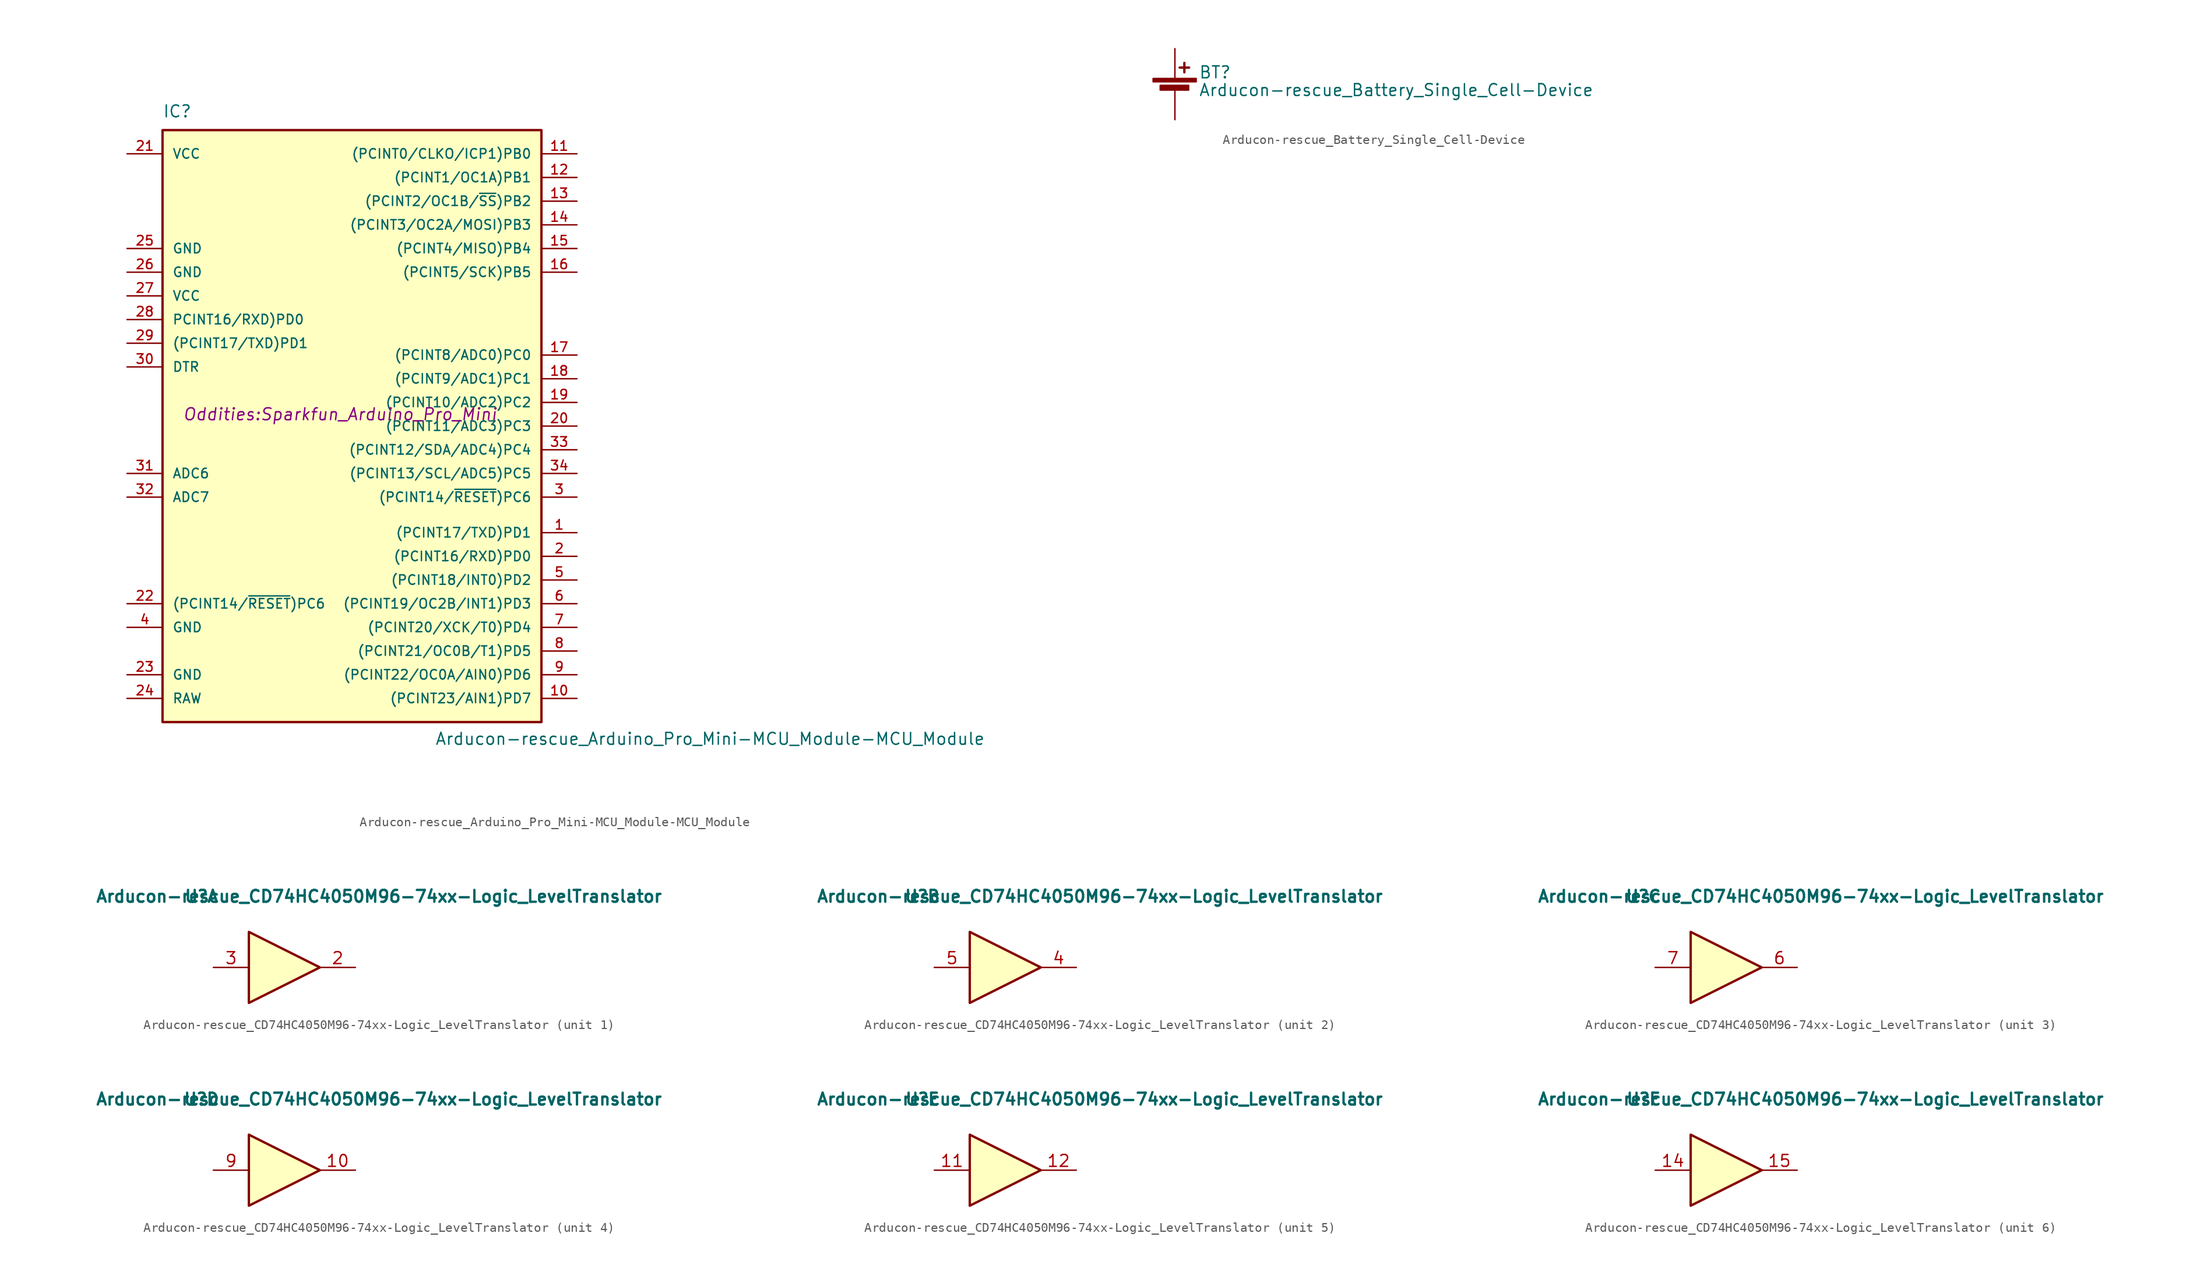
<source format=kicad_sym>
(kicad_symbol_lib
  (version 20211014)
  (generator kicad_symbol_editor)
  (symbol "Arducon-rescue_Arduino_Pro_Mini-MCU_Module-MCU_Module"
    (pin_names
      (offset 1.016))
    (property "Reference" "IC"
      (at -19.05 31.75 0)
      (effects (font (size 1.27 1.27)) (justify left bottom)))
    (property "Value" "Arducon-rescue_Arduino_Pro_Mini-MCU_Module-MCU_Module"
      (at 10.16 -35.56 0)
      (effects (font (size 1.27 1.27)) (justify left bottom)))
    (property "Footprint" "Oddities:Sparkfun_Arduino_Pro_Mini"
      (at 0 0 0)
      (effects (font (size 1.27 1.27) italic)))
    (property "Datasheet" ""
      (at 0 0 0)
      (effects (font (size 1.27 1.27))))
    (symbol "Arducon-rescue_Arduino_Pro_Mini-MCU_Module-MCU_Module_0_1"
      (rectangle (start -19.05 30.48) (end 21.59 -33.02) (stroke (width 0.254) (type default) (color 0 0 0 0)) (fill (type background))))
    (symbol "Arducon-rescue_Arduino_Pro_Mini-MCU_Module-MCU_Module_1_1"
      (pin bidirectional line (at 25.4 -12.7 180) (length 3.81) (name "(PCINT17/TXD)PD1" (effects (font (size 1.016 1.016)))) (number "1" (effects (font (size 1.016 1.016)))))
      (pin bidirectional line (at 25.4 -30.48 180) (length 3.81) (name "(PCINT23/AIN1)PD7" (effects (font (size 1.016 1.016)))) (number "10" (effects (font (size 1.016 1.016)))))
      (pin bidirectional line (at 25.4 27.94 180) (length 3.81) (name "(PCINT0/CLKO/ICP1)PB0" (effects (font (size 1.016 1.016)))) (number "11" (effects (font (size 1.016 1.016)))))
      (pin bidirectional line (at 25.4 25.4 180) (length 3.81) (name "(PCINT1/OC1A)PB1" (effects (font (size 1.016 1.016)))) (number "12" (effects (font (size 1.016 1.016)))))
      (pin bidirectional line (at 25.4 22.86 180) (length 3.81) (name "(PCINT2/OC1B/~{SS})PB2" (effects (font (size 1.016 1.016)))) (number "13" (effects (font (size 1.016 1.016)))))
      (pin bidirectional line (at 25.4 20.32 180) (length 3.81) (name "(PCINT3/OC2A/MOSI)PB3" (effects (font (size 1.016 1.016)))) (number "14" (effects (font (size 1.016 1.016)))))
      (pin bidirectional line (at 25.4 17.78 180) (length 3.81) (name "(PCINT4/MISO)PB4" (effects (font (size 1.016 1.016)))) (number "15" (effects (font (size 1.016 1.016)))))
      (pin bidirectional line (at 25.4 15.24 180) (length 3.81) (name "(PCINT5/SCK)PB5" (effects (font (size 1.016 1.016)))) (number "16" (effects (font (size 1.016 1.016)))))
      (pin bidirectional line (at 25.4 6.35 180) (length 3.81) (name "(PCINT8/ADC0)PC0" (effects (font (size 1.016 1.016)))) (number "17" (effects (font (size 1.016 1.016)))))
      (pin bidirectional line (at 25.4 3.81 180) (length 3.81) (name "(PCINT9/ADC1)PC1" (effects (font (size 1.016 1.016)))) (number "18" (effects (font (size 1.016 1.016)))))
      (pin bidirectional line (at 25.4 1.27 180) (length 3.81) (name "(PCINT10/ADC2)PC2" (effects (font (size 1.016 1.016)))) (number "19" (effects (font (size 1.016 1.016)))))
      (pin bidirectional line (at 25.4 -15.24 180) (length 3.81) (name "(PCINT16/RXD)PD0" (effects (font (size 1.016 1.016)))) (number "2" (effects (font (size 1.016 1.016)))))
      (pin bidirectional line (at 25.4 -1.27 180) (length 3.81) (name "(PCINT11/ADC3)PC3" (effects (font (size 1.016 1.016)))) (number "20" (effects (font (size 1.016 1.016)))))
      (pin power_out line (at -22.86 27.94 0) (length 3.81) (name "VCC" (effects (font (size 1.016 1.016)))) (number "21" (effects (font (size 1.016 1.016)))))
      (pin input line (at -22.86 -20.32 0) (length 3.81) (name "(PCINT14/~{RESET})PC6" (effects (font (size 1.016 1.016)))) (number "22" (effects (font (size 1.016 1.016)))))
      (pin power_in line (at -22.86 -27.94 0) (length 3.81) (name "GND" (effects (font (size 1.016 1.016)))) (number "23" (effects (font (size 1.016 1.016)))))
      (pin power_in line (at -22.86 -30.48 0) (length 3.81) (name "RAW" (effects (font (size 1.016 1.016)))) (number "24" (effects (font (size 1.016 1.016)))))
      (pin power_in line (at -22.86 17.78 0) (length 3.81) (name "GND" (effects (font (size 1.016 1.016)))) (number "25" (effects (font (size 1.016 1.016)))))
      (pin power_in line (at -22.86 15.24 0) (length 3.81) (name "GND" (effects (font (size 1.016 1.016)))) (number "26" (effects (font (size 1.016 1.016)))))
      (pin power_in line (at -22.86 12.7 0) (length 3.81) (name "VCC" (effects (font (size 1.016 1.016)))) (number "27" (effects (font (size 1.016 1.016)))))
      (pin bidirectional line (at -22.86 10.16 0) (length 3.81) (name "PCINT16/RXD)PD0" (effects (font (size 1.016 1.016)))) (number "28" (effects (font (size 1.016 1.016)))))
      (pin bidirectional line (at -22.86 7.62 0) (length 3.81) (name "(PCINT17/TXD)PD1" (effects (font (size 1.016 1.016)))) (number "29" (effects (font (size 1.016 1.016)))))
      (pin bidirectional line (at 25.4 -8.89 180) (length 3.81) (name "(PCINT14/~{RESET})PC6" (effects (font (size 1.016 1.016)))) (number "3" (effects (font (size 1.016 1.016)))))
      (pin input line (at -22.86 5.08 0) (length 3.81) (name "DTR" (effects (font (size 1.016 1.016)))) (number "30" (effects (font (size 1.016 1.016)))))
      (pin input line (at -22.86 -6.35 0) (length 3.81) (name "ADC6" (effects (font (size 1.016 1.016)))) (number "31" (effects (font (size 1.016 1.016)))))
      (pin input line (at -22.86 -8.89 0) (length 3.81) (name "ADC7" (effects (font (size 1.016 1.016)))) (number "32" (effects (font (size 1.016 1.016)))))
      (pin bidirectional line (at 25.4 -3.81 180) (length 3.81) (name "(PCINT12/SDA/ADC4)PC4" (effects (font (size 1.016 1.016)))) (number "33" (effects (font (size 1.016 1.016)))))
      (pin bidirectional line (at 25.4 -6.35 180) (length 3.81) (name "(PCINT13/SCL/ADC5)PC5" (effects (font (size 1.016 1.016)))) (number "34" (effects (font (size 1.016 1.016)))))
      (pin power_in line (at -22.86 -22.86 0) (length 3.81) (name "GND" (effects (font (size 1.016 1.016)))) (number "4" (effects (font (size 1.016 1.016)))))
      (pin bidirectional line (at 25.4 -17.78 180) (length 3.81) (name "(PCINT18/INT0)PD2" (effects (font (size 1.016 1.016)))) (number "5" (effects (font (size 1.016 1.016)))))
      (pin bidirectional line (at 25.4 -20.32 180) (length 3.81) (name "(PCINT19/OC2B/INT1)PD3" (effects (font (size 1.016 1.016)))) (number "6" (effects (font (size 1.016 1.016)))))
      (pin bidirectional line (at 25.4 -22.86 180) (length 3.81) (name "(PCINT20/XCK/T0)PD4" (effects (font (size 1.016 1.016)))) (number "7" (effects (font (size 1.016 1.016)))))
      (pin bidirectional line (at 25.4 -25.4 180) (length 3.81) (name "(PCINT21/OC0B/T1)PD5" (effects (font (size 1.016 1.016)))) (number "8" (effects (font (size 1.016 1.016)))))
      (pin bidirectional line (at 25.4 -27.94 180) (length 3.81) (name "(PCINT22/OC0A/AIN0)PD6" (effects (font (size 1.016 1.016)))) (number "9" (effects (font (size 1.016 1.016)))))))
  (symbol "Arducon-rescue_Battery_Single_Cell-Device"
    (pin_numbers hide)
    (pin_names
      (offset 0))
    (property "Reference" "BT"
      (at 2.54 1.27 0)
      (effects (font (size 1.27 1.27)) (justify left)))
    (property "Value" "Arducon-rescue_Battery_Single_Cell-Device"
      (at 2.54 -0.635 0)
      (effects (font (size 1.27 1.27)) (justify left)))
    (property "Footprint" ""
      (at 0 1.016 90)
      (effects (font (size 1.27 1.27))))
    (property "Datasheet" ""
      (at 0 1.016 90)
      (effects (font (size 1.27 1.27))))
    (symbol "Arducon-rescue_Battery_Single_Cell-Device_0_1"
      (rectangle (start -2.337 0.61) (end 2.286 0.254) (stroke (width 0) (type default) (color 0 0 0 0)) (fill (type outline)))
      (rectangle (start -1.575 -0.127) (end 1.473 -0.635) (stroke (width 0) (type default) (color 0 0 0 0)) (fill (type outline)))
      (polyline (pts (xy 0 -1.27) (xy 0 -0.508)) (stroke (width 0) (type default) (color 0 0 0 0)) (fill (type none)))
      (polyline (pts (xy 0 1.27) (xy 0 0.635)) (stroke (width 0) (type default) (color 0 0 0 0)) (fill (type none)))
      (polyline (pts (xy 0.508 1.778) (xy 1.524 1.778)) (stroke (width 0.254) (type default) (color 0 0 0 0)) (fill (type none)))
      (polyline (pts (xy 1.016 2.286) (xy 1.016 1.27)) (stroke (width 0.254) (type default) (color 0 0 0 0)) (fill (type none))))
    (symbol "Arducon-rescue_Battery_Single_Cell-Device_1_1"
      (pin passive line (at 0 3.81 270) (length 2.54) (name "~" (effects (font (size 1.27 1.27)))) (number "1" (effects (font (size 1.27 1.27)))))
      (pin passive line (at 0 -3.81 90) (length 2.54) (name "~" (effects (font (size 1.27 1.27)))) (number "2" (effects (font (size 1.27 1.27)))))))
  (symbol "Arducon-rescue_CD74HC4050M96-74xx-Logic_LevelTranslator"
    (pin_names
      (offset 0))
    (property "Reference" "U"
      (at -8.89 7.62 0)
      (effects (font (size 1.27 1.27) bold)))
    (property "Value" "Arducon-rescue_CD74HC4050M96-74xx-Logic_LevelTranslator"
      (at 10.16 7.62 0)
      (effects (font (size 1.27 1.27) bold)))
    (property "ki_locked" ""
      (at 0 0 0)
      (effects (font (size 1.27 1.27))))
    (symbol "Arducon-rescue_CD74HC4050M96-74xx-Logic_LevelTranslator_0_0"
      (pin power_in line (at 0 2.54 270) (length 0) hide (name "Vcc" (effects (font (size 0.711 0.711)))) (number "1" (effects (font (size 1.27 1.27)))))
      (pin power_in line (at 0 -2.54 90) (length 0) hide (name "GND" (effects (font (size 0.711 0.711)))) (number "8" (effects (font (size 1.27 1.27))))))
    (symbol "Arducon-rescue_CD74HC4050M96-74xx-Logic_LevelTranslator_1_0"
      (polyline (pts (xy -3.81 3.81) (xy -3.81 -3.81) (xy 3.81 0) (xy -3.81 3.81)) (stroke (width 0.254) (type default) (color 0 0 0 0)) (fill (type background)))
      (pin no_connect line (at -8.89 2.54 0) (length 5.08) hide (name "~" (effects (font (size 1.27 1.27)))) (number "13" (effects (font (size 1.27 1.27)))))
      (pin no_connect line (at -8.89 -2.54 0) (length 5.08) hide (name "~" (effects (font (size 1.27 1.27)))) (number "16" (effects (font (size 1.27 1.27)))))
      (pin output line (at 7.62 0 180) (length 3.81) (name "~" (effects (font (size 1.27 1.27)))) (number "2" (effects (font (size 1.27 1.27)))))
      (pin input line (at -7.62 0 0) (length 3.81) (name "~" (effects (font (size 1.27 1.27)))) (number "3" (effects (font (size 1.27 1.27))))))
    (symbol "Arducon-rescue_CD74HC4050M96-74xx-Logic_LevelTranslator_2_0"
      (polyline (pts (xy -3.81 3.81) (xy -3.81 -3.81) (xy 3.81 0) (xy -3.81 3.81)) (stroke (width 0.254) (type default) (color 0 0 0 0)) (fill (type background)))
      (pin output line (at 7.62 0 180) (length 3.81) (name "~" (effects (font (size 1.27 1.27)))) (number "4" (effects (font (size 1.27 1.27)))))
      (pin input line (at -7.62 0 0) (length 3.81) (name "~" (effects (font (size 1.27 1.27)))) (number "5" (effects (font (size 1.27 1.27))))))
    (symbol "Arducon-rescue_CD74HC4050M96-74xx-Logic_LevelTranslator_3_0"
      (polyline (pts (xy -3.81 3.81) (xy -3.81 -3.81) (xy 3.81 0) (xy -3.81 3.81)) (stroke (width 0.254) (type default) (color 0 0 0 0)) (fill (type background)))
      (pin output line (at 7.62 0 180) (length 3.81) (name "~" (effects (font (size 1.27 1.27)))) (number "6" (effects (font (size 1.27 1.27)))))
      (pin input line (at -7.62 0 0) (length 3.81) (name "~" (effects (font (size 1.27 1.27)))) (number "7" (effects (font (size 1.27 1.27))))))
    (symbol "Arducon-rescue_CD74HC4050M96-74xx-Logic_LevelTranslator_4_0"
      (polyline (pts (xy -3.81 3.81) (xy -3.81 -3.81) (xy 3.81 0) (xy -3.81 3.81)) (stroke (width 0.254) (type default) (color 0 0 0 0)) (fill (type background)))
      (pin output line (at 7.62 0 180) (length 3.81) (name "~" (effects (font (size 1.27 1.27)))) (number "10" (effects (font (size 1.27 1.27)))))
      (pin input line (at -7.62 0 0) (length 3.81) (name "~" (effects (font (size 1.27 1.27)))) (number "9" (effects (font (size 1.27 1.27))))))
    (symbol "Arducon-rescue_CD74HC4050M96-74xx-Logic_LevelTranslator_5_0"
      (polyline (pts (xy -3.81 3.81) (xy -3.81 -3.81) (xy 3.81 0) (xy -3.81 3.81)) (stroke (width 0.254) (type default) (color 0 0 0 0)) (fill (type background)))
      (pin input line (at -7.62 0 0) (length 3.81) (name "~" (effects (font (size 1.27 1.27)))) (number "11" (effects (font (size 1.27 1.27)))))
      (pin output line (at 7.62 0 180) (length 3.81) (name "~" (effects (font (size 1.27 1.27)))) (number "12" (effects (font (size 1.27 1.27))))))
    (symbol "Arducon-rescue_CD74HC4050M96-74xx-Logic_LevelTranslator_6_0"
      (polyline (pts (xy -3.81 3.81) (xy -3.81 -3.81) (xy 3.81 0) (xy -3.81 3.81)) (stroke (width 0.254) (type default) (color 0 0 0 0)) (fill (type background)))
      (pin input line (at -7.62 0 0) (length 3.81) (name "~" (effects (font (size 1.27 1.27)))) (number "14" (effects (font (size 1.27 1.27)))))
      (pin output line (at 7.62 0 180) (length 3.81) (name "~" (effects (font (size 1.27 1.27)))) (number "15" (effects (font (size 1.27 1.27))))))))
</source>
